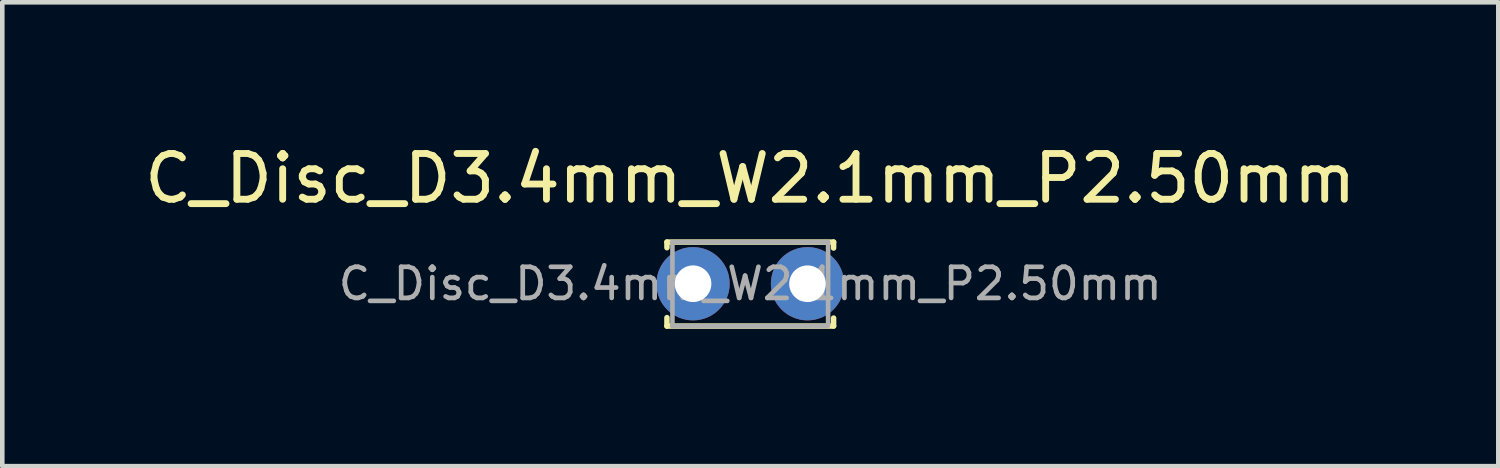
<source format=kicad_pcb>
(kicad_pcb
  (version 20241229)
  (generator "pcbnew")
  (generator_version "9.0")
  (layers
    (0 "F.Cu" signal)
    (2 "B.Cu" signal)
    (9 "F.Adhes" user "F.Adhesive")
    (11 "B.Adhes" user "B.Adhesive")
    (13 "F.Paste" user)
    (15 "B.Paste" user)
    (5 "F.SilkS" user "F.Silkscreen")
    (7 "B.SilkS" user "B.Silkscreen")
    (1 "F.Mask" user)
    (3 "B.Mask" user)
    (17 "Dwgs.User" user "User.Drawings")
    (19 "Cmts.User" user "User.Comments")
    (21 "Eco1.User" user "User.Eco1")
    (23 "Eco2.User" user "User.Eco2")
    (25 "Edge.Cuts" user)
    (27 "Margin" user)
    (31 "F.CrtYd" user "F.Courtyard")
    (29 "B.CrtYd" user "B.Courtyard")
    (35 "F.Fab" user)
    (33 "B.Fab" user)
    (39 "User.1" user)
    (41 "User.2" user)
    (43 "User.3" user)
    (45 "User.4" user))
  (footprint "C_Disc_D3.4mm_W2.1mm_P2.50mm"
    (layer "F.Cu")
    (at 12.089 3.148)
    (property "Reference" "C_Disc_D3.4mm_W2.1mm_P2.50mm" (at 1.25 -2.3 0) (layer "F.SilkS") (effects (font (size 1 1) (thickness 0.15))))
    (attr through_hole)
    (fp_line (start -0.57 -0.91) (end -0.57 -0.787) (stroke (width 0.12) (type solid)) (layer "F.SilkS"))
    (fp_line (start -0.57 -0.91) (end 3.07 -0.91) (stroke (width 0.12) (type solid)) (layer "F.SilkS"))
    (fp_line (start -0.57 0.74) (end -0.57 0.925) (stroke (width 0.12) (type solid)) (layer "F.SilkS"))
    (fp_line (start -0.57 0.925) (end 3.07 0.925) (stroke (width 0.12) (type solid)) (layer "F.SilkS"))
    (fp_line (start 3.07 -0.91) (end 3.07 -0.78) (stroke (width 0.12) (type solid)) (layer "F.SilkS"))
    (fp_line (start 3.07 0.75) (end 3.07 0.922) (stroke (width 0.12) (type solid)) (layer "F.SilkS"))
    (fp_line (start -0.46 0.925) (end 2.94 0.925) (stroke (width 0.1) (type solid)) (layer "F.Fab"))
    (fp_line (start -0.45 -0.91) (end -0.45 0.91) (stroke (width 0.1) (type solid)) (layer "F.Fab"))
    (fp_line (start 2.94 -0.91) (end -0.46 -0.91) (stroke (width 0.1) (type solid)) (layer "F.Fab"))
    (fp_line (start 2.95 0.91) (end 2.95 -0.91) (stroke (width 0.1) (type solid)) (layer "F.Fab"))
    (fp_text user "${REFERENCE}" (at 1.25 0 0) (layer "F.Fab") (effects (font (size 0.68 0.68) (thickness 0.102))))
    (pad "1" thru_hole circle (at 0 0) (size 1.6 1.6) (drill 0.8) (layers "*.Cu" "*.Mask"))
    (pad "2" thru_hole circle (at 2.5 0) (size 1.6 1.6) (drill 0.8) (layers "*.Cu" "*.Mask")))
  (gr_rect
    (start -3 -3)
    (end 29.679 7.133)
    (stroke (width 0.1) (type default))
    (fill no)
    (layer "Edge.Cuts")))
</source>
